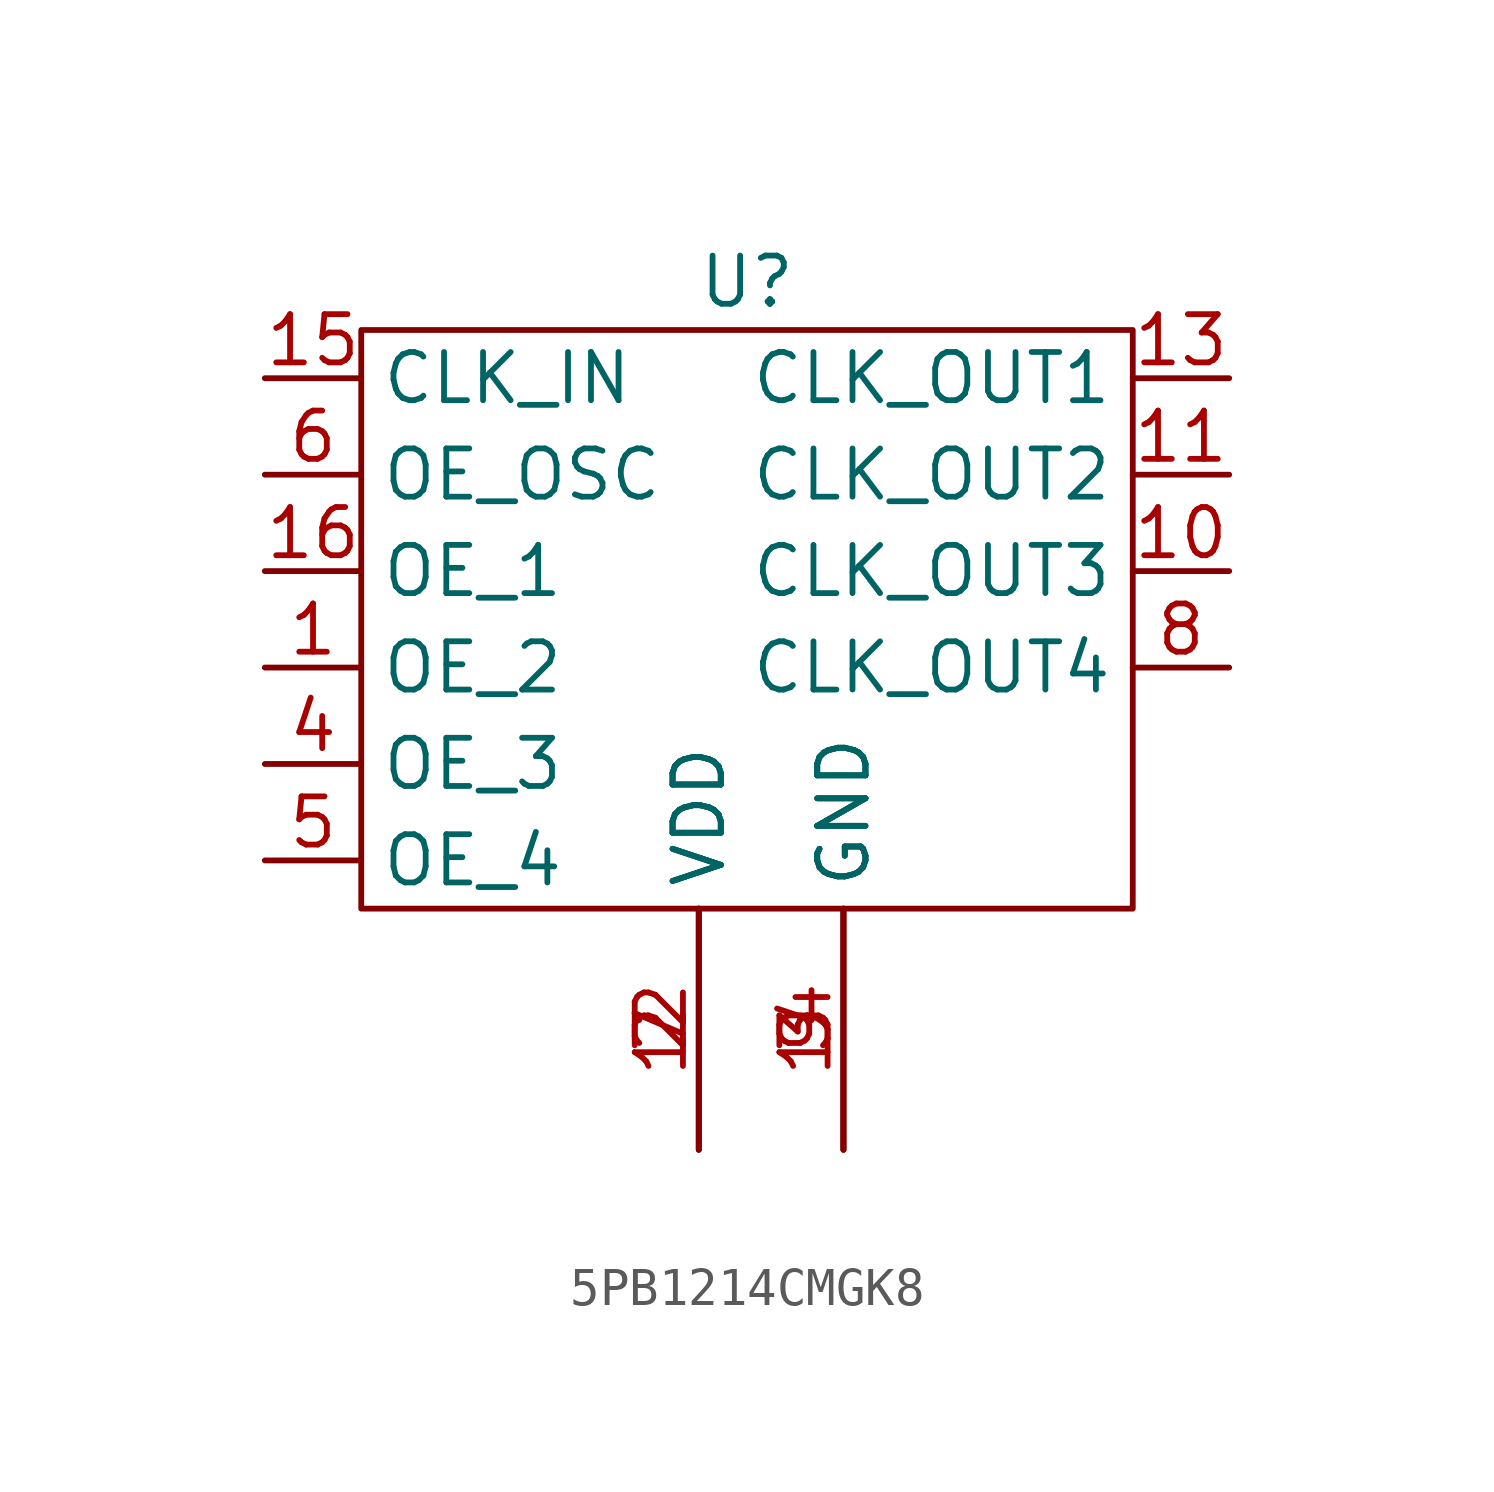
<source format=kicad_sym>
(kicad_symbol_lib
  (version 20231120)
  (generator "kicad_symbol_editor")
  (generator_version "8.0")
  (symbol "5PB1214CMGK8"
    (property "Reference" "U"
      (at 0 0 0)
      (effects (font (size 1.27 1.27))))
    (property "Value" ""
      (at 0 0 0)
      (effects (font (size 1.27 1.27))))
    (symbol "5PB1214CMGK8_0_1"
      (rectangle (start -10.16 -1.27) (end 10.16 -16.51) (stroke (width 0) (type default)) (fill (type none))))
    (symbol "5PB1214CMGK8_1_1"
      (pin input line (at -12.7 -10.16 0) (length 2.54) (name "OE_2" (effects (font (size 1.27 1.27)))) (number "1" (effects (font (size 1.27 1.27)))))
      (pin input line (at 12.7 -7.62 180) (length 2.54) (name "CLK_OUT3" (effects (font (size 1.27 1.27)))) (number "10" (effects (font (size 1.27 1.27)))))
      (pin input line (at 12.7 -5.08 180) (length 2.54) (name "CLK_OUT2" (effects (font (size 1.27 1.27)))) (number "11" (effects (font (size 1.27 1.27)))))
      (pin input line (at -1.27 -22.86 90) (length 6.35) (name "VDD" (effects (font (size 1.27 1.27)))) (number "12" (effects (font (size 1.27 1.27)))))
      (pin input line (at 12.7 -2.54 180) (length 2.54) (name "CLK_OUT1" (effects (font (size 1.27 1.27)))) (number "13" (effects (font (size 1.27 1.27)))))
      (pin input line (at 2.54 -22.86 90) (length 6.35) (name "GND" (effects (font (size 1.27 1.27)))) (number "14" (effects (font (size 1.27 1.27)))))
      (pin input line (at -12.7 -2.54 0) (length 2.54) (name "CLK_IN" (effects (font (size 1.27 1.27)))) (number "15" (effects (font (size 1.27 1.27)))))
      (pin input line (at -12.7 -7.62 0) (length 2.54) (name "OE_1" (effects (font (size 1.27 1.27)))) (number "16" (effects (font (size 1.27 1.27)))))
      (pin input line (at -1.27 -22.86 90) (length 6.35) (name "VDD" (effects (font (size 1.27 1.27)))) (number "2" (effects (font (size 1.27 1.27)))))
      (pin input line (at 2.54 -22.86 90) (length 6.35) (name "GND" (effects (font (size 1.27 1.27)))) (number "3" (effects (font (size 1.27 1.27)))))
      (pin input line (at -12.7 -12.7 0) (length 2.54) (name "OE_3" (effects (font (size 1.27 1.27)))) (number "4" (effects (font (size 1.27 1.27)))))
      (pin input line (at -12.7 -15.24 0) (length 2.54) (name "OE_4" (effects (font (size 1.27 1.27)))) (number "5" (effects (font (size 1.27 1.27)))))
      (pin input line (at -12.7 -5.08 0) (length 2.54) (name "OE_OSC" (effects (font (size 1.27 1.27)))) (number "6" (effects (font (size 1.27 1.27)))))
      (pin input line (at -1.27 -22.86 90) (length 6.35) (name "VDD" (effects (font (size 1.27 1.27)))) (number "7" (effects (font (size 1.27 1.27)))))
      (pin input line (at 12.7 -10.16 180) (length 2.54) (name "CLK_OUT4" (effects (font (size 1.27 1.27)))) (number "8" (effects (font (size 1.27 1.27)))))
      (pin input line (at 2.54 -22.86 90) (length 6.35) (name "GND" (effects (font (size 1.27 1.27)))) (number "9" (effects (font (size 1.27 1.27))))))))
</source>
